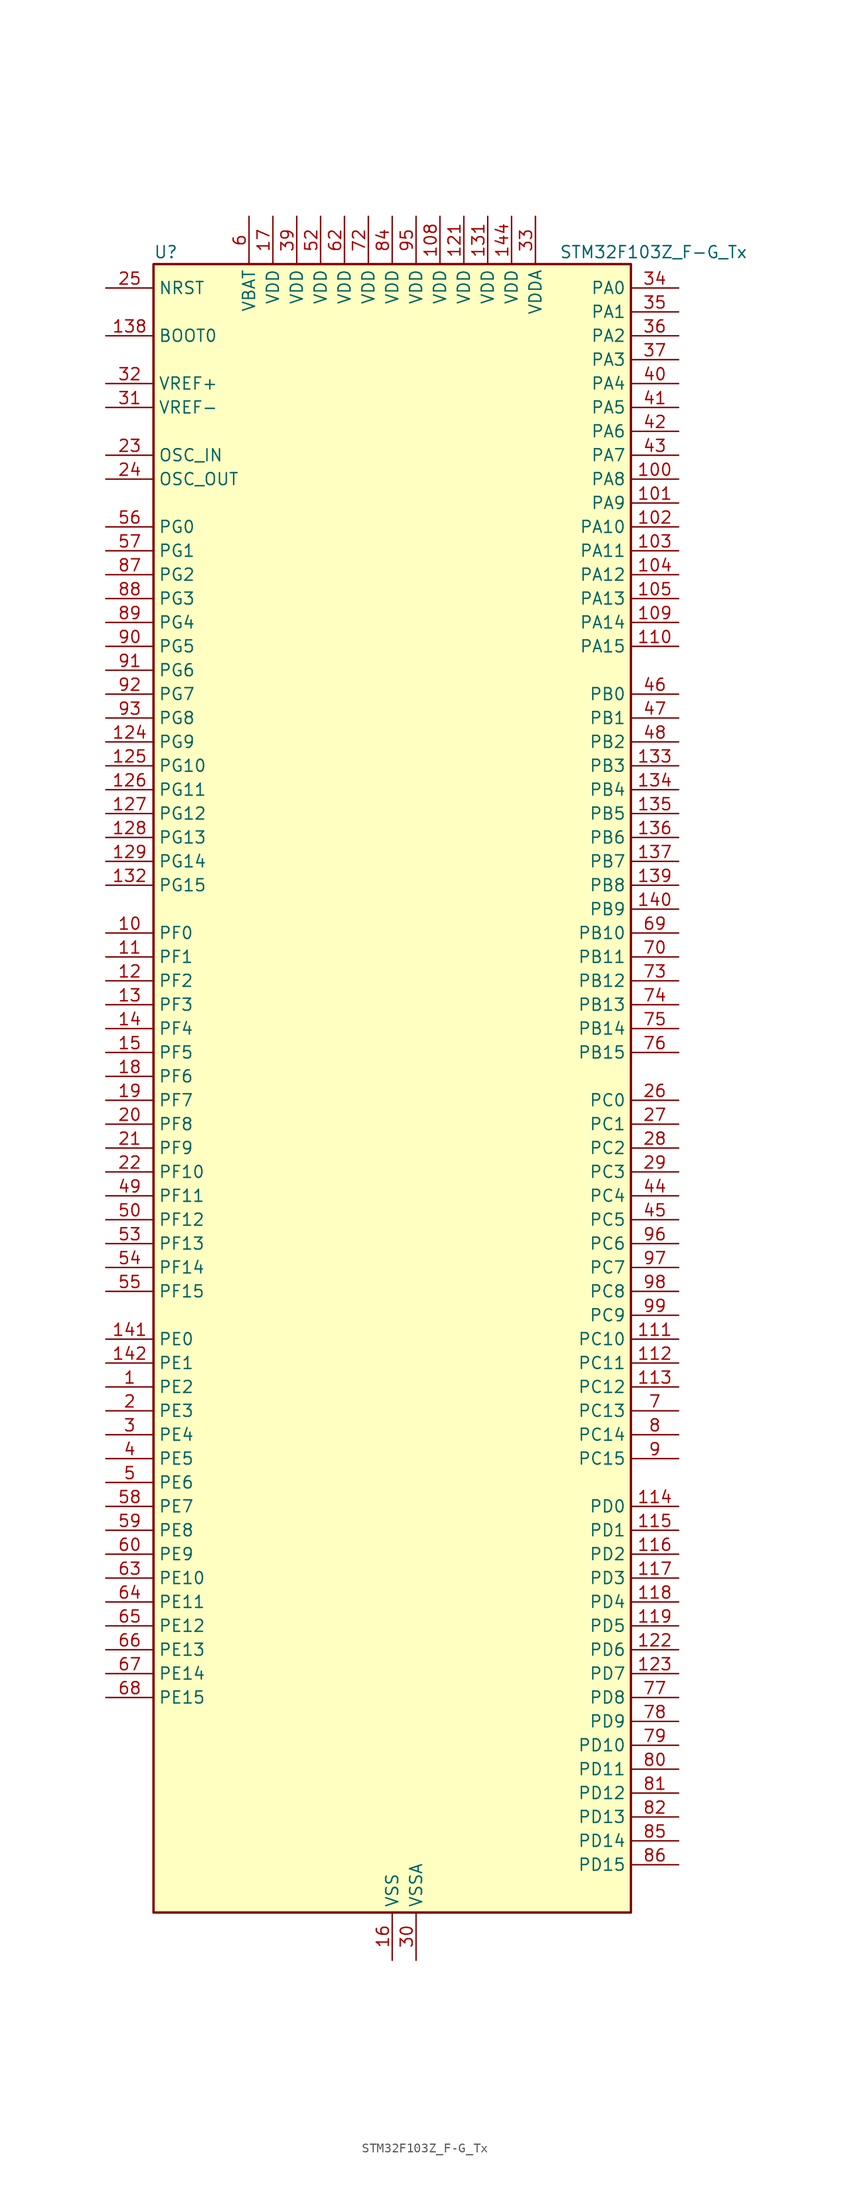
<source format=kicad_sym>
(kicad_symbol_lib
  (version 20220914)
  (generator kicad_symbol_editor)
  (symbol "STM32F103Z_F-G_Tx"
    (property "Reference" "U"
      (at -25.4 90.17 0)
      (effects (font (size 1.27 1.27)) (justify left)))
    (property "Value" "STM32F103Z_F-G_Tx"
      (at 17.78 90.17 0)
      (effects (font (size 1.27 1.27)) (justify left)))
    (property "ki_locked" ""
      (at 0 0 0)
      (effects (font (size 1.27 1.27))))
    (symbol "STM32F103Z_F-G_Tx_0_1"
      (rectangle (start -25.4 -86.36) (end 25.4 88.9) (stroke (width 0.254) (type default)) (fill (type background))))
    (symbol "STM32F103Z_F-G_Tx_1_1"
      (pin bidirectional line (at -30.48 -30.48 0) (length 5.08) (name "PE2" (effects (font (size 1.27 1.27)))) (number "1" (effects (font (size 1.27 1.27)))) (alternate "FSMC_A23" bidirectional line) (alternate "SYS_TRACECLK" bidirectional line))
      (pin bidirectional line (at -30.48 17.78 0) (length 5.08) (name "PF0" (effects (font (size 1.27 1.27)))) (number "10" (effects (font (size 1.27 1.27)))) (alternate "FSMC_A0" bidirectional line))
      (pin bidirectional line (at 30.48 66.04 180) (length 5.08) (name "PA8" (effects (font (size 1.27 1.27)))) (number "100" (effects (font (size 1.27 1.27)))) (alternate "RCC_MCO" bidirectional line) (alternate "TIM1_CH1" bidirectional line) (alternate "USART1_CK" bidirectional line))
      (pin bidirectional line (at 30.48 63.5 180) (length 5.08) (name "PA9" (effects (font (size 1.27 1.27)))) (number "101" (effects (font (size 1.27 1.27)))) (alternate "DAC_EXTI9" bidirectional line) (alternate "TIM1_CH2" bidirectional line) (alternate "USART1_TX" bidirectional line))
      (pin bidirectional line (at 30.48 60.96 180) (length 5.08) (name "PA10" (effects (font (size 1.27 1.27)))) (number "102" (effects (font (size 1.27 1.27)))) (alternate "TIM1_CH3" bidirectional line) (alternate "USART1_RX" bidirectional line))
      (pin bidirectional line (at 30.48 58.42 180) (length 5.08) (name "PA11" (effects (font (size 1.27 1.27)))) (number "103" (effects (font (size 1.27 1.27)))) (alternate "ADC1_EXTI11" bidirectional line) (alternate "ADC2_EXTI11" bidirectional line) (alternate "CAN_RX" bidirectional line) (alternate "TIM1_CH4" bidirectional line) (alternate "USART1_CTS" bidirectional line) (alternate "USB_DM" bidirectional line))
      (pin bidirectional line (at 30.48 55.88 180) (length 5.08) (name "PA12" (effects (font (size 1.27 1.27)))) (number "104" (effects (font (size 1.27 1.27)))) (alternate "CAN_TX" bidirectional line) (alternate "TIM1_ETR" bidirectional line) (alternate "USART1_RTS" bidirectional line) (alternate "USB_DP" bidirectional line))
      (pin bidirectional line (at 30.48 53.34 180) (length 5.08) (name "PA13" (effects (font (size 1.27 1.27)))) (number "105" (effects (font (size 1.27 1.27)))) (alternate "SYS_JTMS-SWDIO" bidirectional line))
      (pin no_connect line (at -25.4 -86.36 0) (length 5.08) hide (name "NC" (effects (font (size 1.27 1.27)))) (number "106" (effects (font (size 1.27 1.27)))))
      (pin passive line (at 0 -91.44 90) (length 5.08) hide (name "VSS" (effects (font (size 1.27 1.27)))) (number "107" (effects (font (size 1.27 1.27)))))
      (pin power_in line (at 5.08 93.98 270) (length 5.08) (name "VDD" (effects (font (size 1.27 1.27)))) (number "108" (effects (font (size 1.27 1.27)))))
      (pin bidirectional line (at 30.48 50.8 180) (length 5.08) (name "PA14" (effects (font (size 1.27 1.27)))) (number "109" (effects (font (size 1.27 1.27)))) (alternate "SYS_JTCK-SWCLK" bidirectional line))
      (pin bidirectional line (at -30.48 15.24 0) (length 5.08) (name "PF1" (effects (font (size 1.27 1.27)))) (number "11" (effects (font (size 1.27 1.27)))) (alternate "FSMC_A1" bidirectional line))
      (pin bidirectional line (at 30.48 48.26 180) (length 5.08) (name "PA15" (effects (font (size 1.27 1.27)))) (number "110" (effects (font (size 1.27 1.27)))) (alternate "ADC1_EXTI15" bidirectional line) (alternate "ADC2_EXTI15" bidirectional line) (alternate "I2S3_WS" bidirectional line) (alternate "SPI1_NSS" bidirectional line) (alternate "SPI3_NSS" bidirectional line) (alternate "SYS_JTDI" bidirectional line) (alternate "TIM2_CH1" bidirectional line) (alternate "TIM2_ETR" bidirectional line))
      (pin bidirectional line (at 30.48 -25.4 180) (length 5.08) (name "PC10" (effects (font (size 1.27 1.27)))) (number "111" (effects (font (size 1.27 1.27)))) (alternate "SDIO_D2" bidirectional line) (alternate "UART4_TX" bidirectional line) (alternate "USART3_TX" bidirectional line))
      (pin bidirectional line (at 30.48 -27.94 180) (length 5.08) (name "PC11" (effects (font (size 1.27 1.27)))) (number "112" (effects (font (size 1.27 1.27)))) (alternate "ADC1_EXTI11" bidirectional line) (alternate "ADC2_EXTI11" bidirectional line) (alternate "SDIO_D3" bidirectional line) (alternate "UART4_RX" bidirectional line) (alternate "USART3_RX" bidirectional line))
      (pin bidirectional line (at 30.48 -30.48 180) (length 5.08) (name "PC12" (effects (font (size 1.27 1.27)))) (number "113" (effects (font (size 1.27 1.27)))) (alternate "SDIO_CK" bidirectional line) (alternate "UART5_TX" bidirectional line) (alternate "USART3_CK" bidirectional line))
      (pin bidirectional line (at 30.48 -43.18 180) (length 5.08) (name "PD0" (effects (font (size 1.27 1.27)))) (number "114" (effects (font (size 1.27 1.27)))) (alternate "CAN_RX" bidirectional line) (alternate "FSMC_D2" bidirectional line) (alternate "FSMC_DA2" bidirectional line))
      (pin bidirectional line (at 30.48 -45.72 180) (length 5.08) (name "PD1" (effects (font (size 1.27 1.27)))) (number "115" (effects (font (size 1.27 1.27)))) (alternate "CAN_TX" bidirectional line) (alternate "FSMC_D3" bidirectional line) (alternate "FSMC_DA3" bidirectional line))
      (pin bidirectional line (at 30.48 -48.26 180) (length 5.08) (name "PD2" (effects (font (size 1.27 1.27)))) (number "116" (effects (font (size 1.27 1.27)))) (alternate "SDIO_CMD" bidirectional line) (alternate "TIM3_ETR" bidirectional line) (alternate "UART5_RX" bidirectional line))
      (pin bidirectional line (at 30.48 -50.8 180) (length 5.08) (name "PD3" (effects (font (size 1.27 1.27)))) (number "117" (effects (font (size 1.27 1.27)))) (alternate "FSMC_CLK" bidirectional line) (alternate "USART2_CTS" bidirectional line))
      (pin bidirectional line (at 30.48 -53.34 180) (length 5.08) (name "PD4" (effects (font (size 1.27 1.27)))) (number "118" (effects (font (size 1.27 1.27)))) (alternate "FSMC_NOE" bidirectional line) (alternate "USART2_RTS" bidirectional line))
      (pin bidirectional line (at 30.48 -55.88 180) (length 5.08) (name "PD5" (effects (font (size 1.27 1.27)))) (number "119" (effects (font (size 1.27 1.27)))) (alternate "FSMC_NWE" bidirectional line) (alternate "USART2_TX" bidirectional line))
      (pin bidirectional line (at -30.48 12.7 0) (length 5.08) (name "PF2" (effects (font (size 1.27 1.27)))) (number "12" (effects (font (size 1.27 1.27)))) (alternate "FSMC_A2" bidirectional line))
      (pin passive line (at 0 -91.44 90) (length 5.08) hide (name "VSS" (effects (font (size 1.27 1.27)))) (number "120" (effects (font (size 1.27 1.27)))))
      (pin power_in line (at 7.62 93.98 270) (length 5.08) (name "VDD" (effects (font (size 1.27 1.27)))) (number "121" (effects (font (size 1.27 1.27)))))
      (pin bidirectional line (at 30.48 -58.42 180) (length 5.08) (name "PD6" (effects (font (size 1.27 1.27)))) (number "122" (effects (font (size 1.27 1.27)))) (alternate "FSMC_NWAIT" bidirectional line) (alternate "USART2_RX" bidirectional line))
      (pin bidirectional line (at 30.48 -60.96 180) (length 5.08) (name "PD7" (effects (font (size 1.27 1.27)))) (number "123" (effects (font (size 1.27 1.27)))) (alternate "FSMC_NCE2" bidirectional line) (alternate "FSMC_NE1" bidirectional line) (alternate "USART2_CK" bidirectional line))
      (pin bidirectional line (at -30.48 38.1 0) (length 5.08) (name "PG9" (effects (font (size 1.27 1.27)))) (number "124" (effects (font (size 1.27 1.27)))) (alternate "DAC_EXTI9" bidirectional line) (alternate "FSMC_NCE3" bidirectional line) (alternate "FSMC_NE2" bidirectional line))
      (pin bidirectional line (at -30.48 35.56 0) (length 5.08) (name "PG10" (effects (font (size 1.27 1.27)))) (number "125" (effects (font (size 1.27 1.27)))) (alternate "FSMC_NCE4_1" bidirectional line) (alternate "FSMC_NE3" bidirectional line))
      (pin bidirectional line (at -30.48 33.02 0) (length 5.08) (name "PG11" (effects (font (size 1.27 1.27)))) (number "126" (effects (font (size 1.27 1.27)))) (alternate "ADC1_EXTI11" bidirectional line) (alternate "ADC2_EXTI11" bidirectional line) (alternate "FSMC_NCE4_2" bidirectional line))
      (pin bidirectional line (at -30.48 30.48 0) (length 5.08) (name "PG12" (effects (font (size 1.27 1.27)))) (number "127" (effects (font (size 1.27 1.27)))) (alternate "FSMC_NE4" bidirectional line))
      (pin bidirectional line (at -30.48 27.94 0) (length 5.08) (name "PG13" (effects (font (size 1.27 1.27)))) (number "128" (effects (font (size 1.27 1.27)))) (alternate "FSMC_A24" bidirectional line))
      (pin bidirectional line (at -30.48 25.4 0) (length 5.08) (name "PG14" (effects (font (size 1.27 1.27)))) (number "129" (effects (font (size 1.27 1.27)))) (alternate "FSMC_A25" bidirectional line))
      (pin bidirectional line (at -30.48 10.16 0) (length 5.08) (name "PF3" (effects (font (size 1.27 1.27)))) (number "13" (effects (font (size 1.27 1.27)))) (alternate "FSMC_A3" bidirectional line))
      (pin passive line (at 0 -91.44 90) (length 5.08) hide (name "VSS" (effects (font (size 1.27 1.27)))) (number "130" (effects (font (size 1.27 1.27)))))
      (pin power_in line (at 10.16 93.98 270) (length 5.08) (name "VDD" (effects (font (size 1.27 1.27)))) (number "131" (effects (font (size 1.27 1.27)))))
      (pin bidirectional line (at -30.48 22.86 0) (length 5.08) (name "PG15" (effects (font (size 1.27 1.27)))) (number "132" (effects (font (size 1.27 1.27)))) (alternate "ADC1_EXTI15" bidirectional line) (alternate "ADC2_EXTI15" bidirectional line))
      (pin bidirectional line (at 30.48 35.56 180) (length 5.08) (name "PB3" (effects (font (size 1.27 1.27)))) (number "133" (effects (font (size 1.27 1.27)))) (alternate "I2S3_CK" bidirectional line) (alternate "SPI1_SCK" bidirectional line) (alternate "SPI3_SCK" bidirectional line) (alternate "SYS_JTDO-TRACESWO" bidirectional line) (alternate "TIM2_CH2" bidirectional line))
      (pin bidirectional line (at 30.48 33.02 180) (length 5.08) (name "PB4" (effects (font (size 1.27 1.27)))) (number "134" (effects (font (size 1.27 1.27)))) (alternate "SPI1_MISO" bidirectional line) (alternate "SPI3_MISO" bidirectional line) (alternate "SYS_NJTRST" bidirectional line) (alternate "TIM3_CH1" bidirectional line))
      (pin bidirectional line (at 30.48 30.48 180) (length 5.08) (name "PB5" (effects (font (size 1.27 1.27)))) (number "135" (effects (font (size 1.27 1.27)))) (alternate "I2C1_SMBA" bidirectional line) (alternate "I2S3_SD" bidirectional line) (alternate "SPI1_MOSI" bidirectional line) (alternate "SPI3_MOSI" bidirectional line) (alternate "TIM3_CH2" bidirectional line))
      (pin bidirectional line (at 30.48 27.94 180) (length 5.08) (name "PB6" (effects (font (size 1.27 1.27)))) (number "136" (effects (font (size 1.27 1.27)))) (alternate "I2C1_SCL" bidirectional line) (alternate "TIM4_CH1" bidirectional line) (alternate "USART1_TX" bidirectional line))
      (pin bidirectional line (at 30.48 25.4 180) (length 5.08) (name "PB7" (effects (font (size 1.27 1.27)))) (number "137" (effects (font (size 1.27 1.27)))) (alternate "FSMC_NL" bidirectional line) (alternate "I2C1_SDA" bidirectional line) (alternate "TIM4_CH2" bidirectional line) (alternate "USART1_RX" bidirectional line))
      (pin input line (at -30.48 81.28 0) (length 5.08) (name "BOOT0" (effects (font (size 1.27 1.27)))) (number "138" (effects (font (size 1.27 1.27)))))
      (pin bidirectional line (at 30.48 22.86 180) (length 5.08) (name "PB8" (effects (font (size 1.27 1.27)))) (number "139" (effects (font (size 1.27 1.27)))) (alternate "CAN_RX" bidirectional line) (alternate "I2C1_SCL" bidirectional line) (alternate "SDIO_D4" bidirectional line) (alternate "TIM10_CH1" bidirectional line) (alternate "TIM4_CH3" bidirectional line))
      (pin bidirectional line (at -30.48 7.62 0) (length 5.08) (name "PF4" (effects (font (size 1.27 1.27)))) (number "14" (effects (font (size 1.27 1.27)))) (alternate "FSMC_A4" bidirectional line))
      (pin bidirectional line (at 30.48 20.32 180) (length 5.08) (name "PB9" (effects (font (size 1.27 1.27)))) (number "140" (effects (font (size 1.27 1.27)))) (alternate "CAN_TX" bidirectional line) (alternate "DAC_EXTI9" bidirectional line) (alternate "I2C1_SDA" bidirectional line) (alternate "SDIO_D5" bidirectional line) (alternate "TIM11_CH1" bidirectional line) (alternate "TIM4_CH4" bidirectional line))
      (pin bidirectional line (at -30.48 -25.4 0) (length 5.08) (name "PE0" (effects (font (size 1.27 1.27)))) (number "141" (effects (font (size 1.27 1.27)))) (alternate "FSMC_NBL0" bidirectional line) (alternate "TIM4_ETR" bidirectional line))
      (pin bidirectional line (at -30.48 -27.94 0) (length 5.08) (name "PE1" (effects (font (size 1.27 1.27)))) (number "142" (effects (font (size 1.27 1.27)))) (alternate "FSMC_NBL1" bidirectional line))
      (pin passive line (at 0 -91.44 90) (length 5.08) hide (name "VSS" (effects (font (size 1.27 1.27)))) (number "143" (effects (font (size 1.27 1.27)))))
      (pin power_in line (at 12.7 93.98 270) (length 5.08) (name "VDD" (effects (font (size 1.27 1.27)))) (number "144" (effects (font (size 1.27 1.27)))))
      (pin bidirectional line (at -30.48 5.08 0) (length 5.08) (name "PF5" (effects (font (size 1.27 1.27)))) (number "15" (effects (font (size 1.27 1.27)))) (alternate "FSMC_A5" bidirectional line))
      (pin power_in line (at 0 -91.44 90) (length 5.08) (name "VSS" (effects (font (size 1.27 1.27)))) (number "16" (effects (font (size 1.27 1.27)))))
      (pin power_in line (at -12.7 93.98 270) (length 5.08) (name "VDD" (effects (font (size 1.27 1.27)))) (number "17" (effects (font (size 1.27 1.27)))))
      (pin bidirectional line (at -30.48 2.54 0) (length 5.08) (name "PF6" (effects (font (size 1.27 1.27)))) (number "18" (effects (font (size 1.27 1.27)))) (alternate "ADC3_IN4" bidirectional line) (alternate "FSMC_NIORD" bidirectional line) (alternate "TIM10_CH1" bidirectional line))
      (pin bidirectional line (at -30.48 0 0) (length 5.08) (name "PF7" (effects (font (size 1.27 1.27)))) (number "19" (effects (font (size 1.27 1.27)))) (alternate "ADC3_IN5" bidirectional line) (alternate "FSMC_NREG" bidirectional line) (alternate "TIM11_CH1" bidirectional line))
      (pin bidirectional line (at -30.48 -33.02 0) (length 5.08) (name "PE3" (effects (font (size 1.27 1.27)))) (number "2" (effects (font (size 1.27 1.27)))) (alternate "FSMC_A19" bidirectional line) (alternate "SYS_TRACED0" bidirectional line))
      (pin bidirectional line (at -30.48 -2.54 0) (length 5.08) (name "PF8" (effects (font (size 1.27 1.27)))) (number "20" (effects (font (size 1.27 1.27)))) (alternate "ADC3_IN6" bidirectional line) (alternate "FSMC_NIOWR" bidirectional line) (alternate "TIM13_CH1" bidirectional line))
      (pin bidirectional line (at -30.48 -5.08 0) (length 5.08) (name "PF9" (effects (font (size 1.27 1.27)))) (number "21" (effects (font (size 1.27 1.27)))) (alternate "ADC3_IN7" bidirectional line) (alternate "DAC_EXTI9" bidirectional line) (alternate "FSMC_CD" bidirectional line) (alternate "TIM14_CH1" bidirectional line))
      (pin bidirectional line (at -30.48 -7.62 0) (length 5.08) (name "PF10" (effects (font (size 1.27 1.27)))) (number "22" (effects (font (size 1.27 1.27)))) (alternate "ADC3_IN8" bidirectional line) (alternate "FSMC_INTR" bidirectional line))
      (pin input line (at -30.48 68.58 0) (length 5.08) (name "OSC_IN" (effects (font (size 1.27 1.27)))) (number "23" (effects (font (size 1.27 1.27)))) (alternate "RCC_OSC_IN" bidirectional line))
      (pin input line (at -30.48 66.04 0) (length 5.08) (name "OSC_OUT" (effects (font (size 1.27 1.27)))) (number "24" (effects (font (size 1.27 1.27)))) (alternate "RCC_OSC_OUT" bidirectional line))
      (pin input line (at -30.48 86.36 0) (length 5.08) (name "NRST" (effects (font (size 1.27 1.27)))) (number "25" (effects (font (size 1.27 1.27)))))
      (pin bidirectional line (at 30.48 0 180) (length 5.08) (name "PC0" (effects (font (size 1.27 1.27)))) (number "26" (effects (font (size 1.27 1.27)))) (alternate "ADC1_IN10" bidirectional line) (alternate "ADC2_IN10" bidirectional line) (alternate "ADC3_IN10" bidirectional line))
      (pin bidirectional line (at 30.48 -2.54 180) (length 5.08) (name "PC1" (effects (font (size 1.27 1.27)))) (number "27" (effects (font (size 1.27 1.27)))) (alternate "ADC1_IN11" bidirectional line) (alternate "ADC2_IN11" bidirectional line) (alternate "ADC3_IN11" bidirectional line))
      (pin bidirectional line (at 30.48 -5.08 180) (length 5.08) (name "PC2" (effects (font (size 1.27 1.27)))) (number "28" (effects (font (size 1.27 1.27)))) (alternate "ADC1_IN12" bidirectional line) (alternate "ADC2_IN12" bidirectional line) (alternate "ADC3_IN12" bidirectional line))
      (pin bidirectional line (at 30.48 -7.62 180) (length 5.08) (name "PC3" (effects (font (size 1.27 1.27)))) (number "29" (effects (font (size 1.27 1.27)))) (alternate "ADC1_IN13" bidirectional line) (alternate "ADC2_IN13" bidirectional line) (alternate "ADC3_IN13" bidirectional line))
      (pin bidirectional line (at -30.48 -35.56 0) (length 5.08) (name "PE4" (effects (font (size 1.27 1.27)))) (number "3" (effects (font (size 1.27 1.27)))) (alternate "FSMC_A20" bidirectional line) (alternate "SYS_TRACED1" bidirectional line))
      (pin power_in line (at 2.54 -91.44 90) (length 5.08) (name "VSSA" (effects (font (size 1.27 1.27)))) (number "30" (effects (font (size 1.27 1.27)))))
      (pin input line (at -30.48 73.66 0) (length 5.08) (name "VREF-" (effects (font (size 1.27 1.27)))) (number "31" (effects (font (size 1.27 1.27)))))
      (pin input line (at -30.48 76.2 0) (length 5.08) (name "VREF+" (effects (font (size 1.27 1.27)))) (number "32" (effects (font (size 1.27 1.27)))))
      (pin power_in line (at 15.24 93.98 270) (length 5.08) (name "VDDA" (effects (font (size 1.27 1.27)))) (number "33" (effects (font (size 1.27 1.27)))))
      (pin bidirectional line (at 30.48 86.36 180) (length 5.08) (name "PA0" (effects (font (size 1.27 1.27)))) (number "34" (effects (font (size 1.27 1.27)))) (alternate "ADC1_IN0" bidirectional line) (alternate "ADC2_IN0" bidirectional line) (alternate "ADC3_IN0" bidirectional line) (alternate "SYS_WKUP" bidirectional line) (alternate "TIM2_CH1" bidirectional line) (alternate "TIM2_ETR" bidirectional line) (alternate "TIM5_CH1" bidirectional line) (alternate "TIM8_ETR" bidirectional line) (alternate "USART2_CTS" bidirectional line))
      (pin bidirectional line (at 30.48 83.82 180) (length 5.08) (name "PA1" (effects (font (size 1.27 1.27)))) (number "35" (effects (font (size 1.27 1.27)))) (alternate "ADC1_IN1" bidirectional line) (alternate "ADC2_IN1" bidirectional line) (alternate "ADC3_IN1" bidirectional line) (alternate "TIM2_CH2" bidirectional line) (alternate "TIM5_CH2" bidirectional line) (alternate "USART2_RTS" bidirectional line))
      (pin bidirectional line (at 30.48 81.28 180) (length 5.08) (name "PA2" (effects (font (size 1.27 1.27)))) (number "36" (effects (font (size 1.27 1.27)))) (alternate "ADC1_IN2" bidirectional line) (alternate "ADC2_IN2" bidirectional line) (alternate "ADC3_IN2" bidirectional line) (alternate "TIM2_CH3" bidirectional line) (alternate "TIM5_CH3" bidirectional line) (alternate "TIM9_CH1" bidirectional line) (alternate "USART2_TX" bidirectional line))
      (pin bidirectional line (at 30.48 78.74 180) (length 5.08) (name "PA3" (effects (font (size 1.27 1.27)))) (number "37" (effects (font (size 1.27 1.27)))) (alternate "ADC1_IN3" bidirectional line) (alternate "ADC2_IN3" bidirectional line) (alternate "ADC3_IN3" bidirectional line) (alternate "TIM2_CH4" bidirectional line) (alternate "TIM5_CH4" bidirectional line) (alternate "TIM9_CH2" bidirectional line) (alternate "USART2_RX" bidirectional line))
      (pin passive line (at 0 -91.44 90) (length 5.08) hide (name "VSS" (effects (font (size 1.27 1.27)))) (number "38" (effects (font (size 1.27 1.27)))))
      (pin power_in line (at -10.16 93.98 270) (length 5.08) (name "VDD" (effects (font (size 1.27 1.27)))) (number "39" (effects (font (size 1.27 1.27)))))
      (pin bidirectional line (at -30.48 -38.1 0) (length 5.08) (name "PE5" (effects (font (size 1.27 1.27)))) (number "4" (effects (font (size 1.27 1.27)))) (alternate "FSMC_A21" bidirectional line) (alternate "SYS_TRACED2" bidirectional line) (alternate "TIM9_CH1" bidirectional line))
      (pin bidirectional line (at 30.48 76.2 180) (length 5.08) (name "PA4" (effects (font (size 1.27 1.27)))) (number "40" (effects (font (size 1.27 1.27)))) (alternate "ADC1_IN4" bidirectional line) (alternate "ADC2_IN4" bidirectional line) (alternate "DAC_OUT1" bidirectional line) (alternate "SPI1_NSS" bidirectional line) (alternate "USART2_CK" bidirectional line))
      (pin bidirectional line (at 30.48 73.66 180) (length 5.08) (name "PA5" (effects (font (size 1.27 1.27)))) (number "41" (effects (font (size 1.27 1.27)))) (alternate "ADC1_IN5" bidirectional line) (alternate "ADC2_IN5" bidirectional line) (alternate "DAC_OUT2" bidirectional line) (alternate "SPI1_SCK" bidirectional line))
      (pin bidirectional line (at 30.48 71.12 180) (length 5.08) (name "PA6" (effects (font (size 1.27 1.27)))) (number "42" (effects (font (size 1.27 1.27)))) (alternate "ADC1_IN6" bidirectional line) (alternate "ADC2_IN6" bidirectional line) (alternate "SPI1_MISO" bidirectional line) (alternate "TIM13_CH1" bidirectional line) (alternate "TIM1_BKIN" bidirectional line) (alternate "TIM3_CH1" bidirectional line) (alternate "TIM8_BKIN" bidirectional line))
      (pin bidirectional line (at 30.48 68.58 180) (length 5.08) (name "PA7" (effects (font (size 1.27 1.27)))) (number "43" (effects (font (size 1.27 1.27)))) (alternate "ADC1_IN7" bidirectional line) (alternate "ADC2_IN7" bidirectional line) (alternate "SPI1_MOSI" bidirectional line) (alternate "TIM14_CH1" bidirectional line) (alternate "TIM1_CH1N" bidirectional line) (alternate "TIM3_CH2" bidirectional line) (alternate "TIM8_CH1N" bidirectional line))
      (pin bidirectional line (at 30.48 -10.16 180) (length 5.08) (name "PC4" (effects (font (size 1.27 1.27)))) (number "44" (effects (font (size 1.27 1.27)))) (alternate "ADC1_IN14" bidirectional line) (alternate "ADC2_IN14" bidirectional line))
      (pin bidirectional line (at 30.48 -12.7 180) (length 5.08) (name "PC5" (effects (font (size 1.27 1.27)))) (number "45" (effects (font (size 1.27 1.27)))) (alternate "ADC1_IN15" bidirectional line) (alternate "ADC2_IN15" bidirectional line))
      (pin bidirectional line (at 30.48 43.18 180) (length 5.08) (name "PB0" (effects (font (size 1.27 1.27)))) (number "46" (effects (font (size 1.27 1.27)))) (alternate "ADC1_IN8" bidirectional line) (alternate "ADC2_IN8" bidirectional line) (alternate "TIM1_CH2N" bidirectional line) (alternate "TIM3_CH3" bidirectional line) (alternate "TIM8_CH2N" bidirectional line))
      (pin bidirectional line (at 30.48 40.64 180) (length 5.08) (name "PB1" (effects (font (size 1.27 1.27)))) (number "47" (effects (font (size 1.27 1.27)))) (alternate "ADC1_IN9" bidirectional line) (alternate "ADC2_IN9" bidirectional line) (alternate "TIM1_CH3N" bidirectional line) (alternate "TIM3_CH4" bidirectional line) (alternate "TIM8_CH3N" bidirectional line))
      (pin bidirectional line (at 30.48 38.1 180) (length 5.08) (name "PB2" (effects (font (size 1.27 1.27)))) (number "48" (effects (font (size 1.27 1.27)))))
      (pin bidirectional line (at -30.48 -10.16 0) (length 5.08) (name "PF11" (effects (font (size 1.27 1.27)))) (number "49" (effects (font (size 1.27 1.27)))) (alternate "ADC1_EXTI11" bidirectional line) (alternate "ADC2_EXTI11" bidirectional line) (alternate "FSMC_NIOS16" bidirectional line))
      (pin bidirectional line (at -30.48 -40.64 0) (length 5.08) (name "PE6" (effects (font (size 1.27 1.27)))) (number "5" (effects (font (size 1.27 1.27)))) (alternate "FSMC_A22" bidirectional line) (alternate "SYS_TRACED3" bidirectional line) (alternate "TIM9_CH2" bidirectional line))
      (pin bidirectional line (at -30.48 -12.7 0) (length 5.08) (name "PF12" (effects (font (size 1.27 1.27)))) (number "50" (effects (font (size 1.27 1.27)))) (alternate "FSMC_A6" bidirectional line))
      (pin passive line (at 0 -91.44 90) (length 5.08) hide (name "VSS" (effects (font (size 1.27 1.27)))) (number "51" (effects (font (size 1.27 1.27)))))
      (pin power_in line (at -7.62 93.98 270) (length 5.08) (name "VDD" (effects (font (size 1.27 1.27)))) (number "52" (effects (font (size 1.27 1.27)))))
      (pin bidirectional line (at -30.48 -15.24 0) (length 5.08) (name "PF13" (effects (font (size 1.27 1.27)))) (number "53" (effects (font (size 1.27 1.27)))) (alternate "FSMC_A7" bidirectional line))
      (pin bidirectional line (at -30.48 -17.78 0) (length 5.08) (name "PF14" (effects (font (size 1.27 1.27)))) (number "54" (effects (font (size 1.27 1.27)))) (alternate "FSMC_A8" bidirectional line))
      (pin bidirectional line (at -30.48 -20.32 0) (length 5.08) (name "PF15" (effects (font (size 1.27 1.27)))) (number "55" (effects (font (size 1.27 1.27)))) (alternate "ADC1_EXTI15" bidirectional line) (alternate "ADC2_EXTI15" bidirectional line) (alternate "FSMC_A9" bidirectional line))
      (pin bidirectional line (at -30.48 60.96 0) (length 5.08) (name "PG0" (effects (font (size 1.27 1.27)))) (number "56" (effects (font (size 1.27 1.27)))) (alternate "FSMC_A10" bidirectional line))
      (pin bidirectional line (at -30.48 58.42 0) (length 5.08) (name "PG1" (effects (font (size 1.27 1.27)))) (number "57" (effects (font (size 1.27 1.27)))) (alternate "FSMC_A11" bidirectional line))
      (pin bidirectional line (at -30.48 -43.18 0) (length 5.08) (name "PE7" (effects (font (size 1.27 1.27)))) (number "58" (effects (font (size 1.27 1.27)))) (alternate "FSMC_D4" bidirectional line) (alternate "FSMC_DA4" bidirectional line) (alternate "TIM1_ETR" bidirectional line))
      (pin bidirectional line (at -30.48 -45.72 0) (length 5.08) (name "PE8" (effects (font (size 1.27 1.27)))) (number "59" (effects (font (size 1.27 1.27)))) (alternate "FSMC_D5" bidirectional line) (alternate "FSMC_DA5" bidirectional line) (alternate "TIM1_CH1N" bidirectional line))
      (pin power_in line (at -15.24 93.98 270) (length 5.08) (name "VBAT" (effects (font (size 1.27 1.27)))) (number "6" (effects (font (size 1.27 1.27)))))
      (pin bidirectional line (at -30.48 -48.26 0) (length 5.08) (name "PE9" (effects (font (size 1.27 1.27)))) (number "60" (effects (font (size 1.27 1.27)))) (alternate "DAC_EXTI9" bidirectional line) (alternate "FSMC_D6" bidirectional line) (alternate "FSMC_DA6" bidirectional line) (alternate "TIM1_CH1" bidirectional line))
      (pin passive line (at 0 -91.44 90) (length 5.08) hide (name "VSS" (effects (font (size 1.27 1.27)))) (number "61" (effects (font (size 1.27 1.27)))))
      (pin power_in line (at -5.08 93.98 270) (length 5.08) (name "VDD" (effects (font (size 1.27 1.27)))) (number "62" (effects (font (size 1.27 1.27)))))
      (pin bidirectional line (at -30.48 -50.8 0) (length 5.08) (name "PE10" (effects (font (size 1.27 1.27)))) (number "63" (effects (font (size 1.27 1.27)))) (alternate "FSMC_D7" bidirectional line) (alternate "FSMC_DA7" bidirectional line) (alternate "TIM1_CH2N" bidirectional line))
      (pin bidirectional line (at -30.48 -53.34 0) (length 5.08) (name "PE11" (effects (font (size 1.27 1.27)))) (number "64" (effects (font (size 1.27 1.27)))) (alternate "ADC1_EXTI11" bidirectional line) (alternate "ADC2_EXTI11" bidirectional line) (alternate "FSMC_D8" bidirectional line) (alternate "FSMC_DA8" bidirectional line) (alternate "TIM1_CH2" bidirectional line))
      (pin bidirectional line (at -30.48 -55.88 0) (length 5.08) (name "PE12" (effects (font (size 1.27 1.27)))) (number "65" (effects (font (size 1.27 1.27)))) (alternate "FSMC_D9" bidirectional line) (alternate "FSMC_DA9" bidirectional line) (alternate "TIM1_CH3N" bidirectional line))
      (pin bidirectional line (at -30.48 -58.42 0) (length 5.08) (name "PE13" (effects (font (size 1.27 1.27)))) (number "66" (effects (font (size 1.27 1.27)))) (alternate "FSMC_D10" bidirectional line) (alternate "FSMC_DA10" bidirectional line) (alternate "TIM1_CH3" bidirectional line))
      (pin bidirectional line (at -30.48 -60.96 0) (length 5.08) (name "PE14" (effects (font (size 1.27 1.27)))) (number "67" (effects (font (size 1.27 1.27)))) (alternate "FSMC_D11" bidirectional line) (alternate "FSMC_DA11" bidirectional line) (alternate "TIM1_CH4" bidirectional line))
      (pin bidirectional line (at -30.48 -63.5 0) (length 5.08) (name "PE15" (effects (font (size 1.27 1.27)))) (number "68" (effects (font (size 1.27 1.27)))) (alternate "ADC1_EXTI15" bidirectional line) (alternate "ADC2_EXTI15" bidirectional line) (alternate "FSMC_D12" bidirectional line) (alternate "FSMC_DA12" bidirectional line) (alternate "TIM1_BKIN" bidirectional line))
      (pin bidirectional line (at 30.48 17.78 180) (length 5.08) (name "PB10" (effects (font (size 1.27 1.27)))) (number "69" (effects (font (size 1.27 1.27)))) (alternate "I2C2_SCL" bidirectional line) (alternate "TIM2_CH3" bidirectional line) (alternate "USART3_TX" bidirectional line))
      (pin bidirectional line (at 30.48 -33.02 180) (length 5.08) (name "PC13" (effects (font (size 1.27 1.27)))) (number "7" (effects (font (size 1.27 1.27)))) (alternate "RTC_OUT" bidirectional line) (alternate "RTC_TAMPER" bidirectional line))
      (pin bidirectional line (at 30.48 15.24 180) (length 5.08) (name "PB11" (effects (font (size 1.27 1.27)))) (number "70" (effects (font (size 1.27 1.27)))) (alternate "ADC1_EXTI11" bidirectional line) (alternate "ADC2_EXTI11" bidirectional line) (alternate "I2C2_SDA" bidirectional line) (alternate "TIM2_CH4" bidirectional line) (alternate "USART3_RX" bidirectional line))
      (pin passive line (at 0 -91.44 90) (length 5.08) hide (name "VSS" (effects (font (size 1.27 1.27)))) (number "71" (effects (font (size 1.27 1.27)))))
      (pin power_in line (at -2.54 93.98 270) (length 5.08) (name "VDD" (effects (font (size 1.27 1.27)))) (number "72" (effects (font (size 1.27 1.27)))))
      (pin bidirectional line (at 30.48 12.7 180) (length 5.08) (name "PB12" (effects (font (size 1.27 1.27)))) (number "73" (effects (font (size 1.27 1.27)))) (alternate "I2C2_SMBA" bidirectional line) (alternate "I2S2_WS" bidirectional line) (alternate "SPI2_NSS" bidirectional line) (alternate "TIM1_BKIN" bidirectional line) (alternate "USART3_CK" bidirectional line))
      (pin bidirectional line (at 30.48 10.16 180) (length 5.08) (name "PB13" (effects (font (size 1.27 1.27)))) (number "74" (effects (font (size 1.27 1.27)))) (alternate "I2S2_CK" bidirectional line) (alternate "SPI2_SCK" bidirectional line) (alternate "TIM1_CH1N" bidirectional line) (alternate "USART3_CTS" bidirectional line))
      (pin bidirectional line (at 30.48 7.62 180) (length 5.08) (name "PB14" (effects (font (size 1.27 1.27)))) (number "75" (effects (font (size 1.27 1.27)))) (alternate "SPI2_MISO" bidirectional line) (alternate "TIM12_CH1" bidirectional line) (alternate "TIM1_CH2N" bidirectional line) (alternate "USART3_RTS" bidirectional line))
      (pin bidirectional line (at 30.48 5.08 180) (length 5.08) (name "PB15" (effects (font (size 1.27 1.27)))) (number "76" (effects (font (size 1.27 1.27)))) (alternate "ADC1_EXTI15" bidirectional line) (alternate "ADC2_EXTI15" bidirectional line) (alternate "I2S2_SD" bidirectional line) (alternate "SPI2_MOSI" bidirectional line) (alternate "TIM12_CH2" bidirectional line) (alternate "TIM1_CH3N" bidirectional line))
      (pin bidirectional line (at 30.48 -63.5 180) (length 5.08) (name "PD8" (effects (font (size 1.27 1.27)))) (number "77" (effects (font (size 1.27 1.27)))) (alternate "FSMC_D13" bidirectional line) (alternate "FSMC_DA13" bidirectional line) (alternate "USART3_TX" bidirectional line))
      (pin bidirectional line (at 30.48 -66.04 180) (length 5.08) (name "PD9" (effects (font (size 1.27 1.27)))) (number "78" (effects (font (size 1.27 1.27)))) (alternate "DAC_EXTI9" bidirectional line) (alternate "FSMC_D14" bidirectional line) (alternate "FSMC_DA14" bidirectional line) (alternate "USART3_RX" bidirectional line))
      (pin bidirectional line (at 30.48 -68.58 180) (length 5.08) (name "PD10" (effects (font (size 1.27 1.27)))) (number "79" (effects (font (size 1.27 1.27)))) (alternate "FSMC_D15" bidirectional line) (alternate "FSMC_DA15" bidirectional line) (alternate "USART3_CK" bidirectional line))
      (pin bidirectional line (at 30.48 -35.56 180) (length 5.08) (name "PC14" (effects (font (size 1.27 1.27)))) (number "8" (effects (font (size 1.27 1.27)))) (alternate "RCC_OSC32_IN" bidirectional line))
      (pin bidirectional line (at 30.48 -71.12 180) (length 5.08) (name "PD11" (effects (font (size 1.27 1.27)))) (number "80" (effects (font (size 1.27 1.27)))) (alternate "ADC1_EXTI11" bidirectional line) (alternate "ADC2_EXTI11" bidirectional line) (alternate "FSMC_A16" bidirectional line) (alternate "FSMC_CLE" bidirectional line) (alternate "USART3_CTS" bidirectional line))
      (pin bidirectional line (at 30.48 -73.66 180) (length 5.08) (name "PD12" (effects (font (size 1.27 1.27)))) (number "81" (effects (font (size 1.27 1.27)))) (alternate "FSMC_A17" bidirectional line) (alternate "FSMC_ALE" bidirectional line) (alternate "TIM4_CH1" bidirectional line) (alternate "USART3_RTS" bidirectional line))
      (pin bidirectional line (at 30.48 -76.2 180) (length 5.08) (name "PD13" (effects (font (size 1.27 1.27)))) (number "82" (effects (font (size 1.27 1.27)))) (alternate "FSMC_A18" bidirectional line) (alternate "TIM4_CH2" bidirectional line))
      (pin passive line (at 0 -91.44 90) (length 5.08) hide (name "VSS" (effects (font (size 1.27 1.27)))) (number "83" (effects (font (size 1.27 1.27)))))
      (pin power_in line (at 0 93.98 270) (length 5.08) (name "VDD" (effects (font (size 1.27 1.27)))) (number "84" (effects (font (size 1.27 1.27)))))
      (pin bidirectional line (at 30.48 -78.74 180) (length 5.08) (name "PD14" (effects (font (size 1.27 1.27)))) (number "85" (effects (font (size 1.27 1.27)))) (alternate "FSMC_D0" bidirectional line) (alternate "FSMC_DA0" bidirectional line) (alternate "TIM4_CH3" bidirectional line))
      (pin bidirectional line (at 30.48 -81.28 180) (length 5.08) (name "PD15" (effects (font (size 1.27 1.27)))) (number "86" (effects (font (size 1.27 1.27)))) (alternate "ADC1_EXTI15" bidirectional line) (alternate "ADC2_EXTI15" bidirectional line) (alternate "FSMC_D1" bidirectional line) (alternate "FSMC_DA1" bidirectional line) (alternate "TIM4_CH4" bidirectional line))
      (pin bidirectional line (at -30.48 55.88 0) (length 5.08) (name "PG2" (effects (font (size 1.27 1.27)))) (number "87" (effects (font (size 1.27 1.27)))) (alternate "FSMC_A12" bidirectional line))
      (pin bidirectional line (at -30.48 53.34 0) (length 5.08) (name "PG3" (effects (font (size 1.27 1.27)))) (number "88" (effects (font (size 1.27 1.27)))) (alternate "FSMC_A13" bidirectional line))
      (pin bidirectional line (at -30.48 50.8 0) (length 5.08) (name "PG4" (effects (font (size 1.27 1.27)))) (number "89" (effects (font (size 1.27 1.27)))) (alternate "FSMC_A14" bidirectional line))
      (pin bidirectional line (at 30.48 -38.1 180) (length 5.08) (name "PC15" (effects (font (size 1.27 1.27)))) (number "9" (effects (font (size 1.27 1.27)))) (alternate "ADC1_EXTI15" bidirectional line) (alternate "ADC2_EXTI15" bidirectional line) (alternate "RCC_OSC32_OUT" bidirectional line))
      (pin bidirectional line (at -30.48 48.26 0) (length 5.08) (name "PG5" (effects (font (size 1.27 1.27)))) (number "90" (effects (font (size 1.27 1.27)))) (alternate "FSMC_A15" bidirectional line))
      (pin bidirectional line (at -30.48 45.72 0) (length 5.08) (name "PG6" (effects (font (size 1.27 1.27)))) (number "91" (effects (font (size 1.27 1.27)))) (alternate "FSMC_INT2" bidirectional line))
      (pin bidirectional line (at -30.48 43.18 0) (length 5.08) (name "PG7" (effects (font (size 1.27 1.27)))) (number "92" (effects (font (size 1.27 1.27)))) (alternate "FSMC_INT3" bidirectional line))
      (pin bidirectional line (at -30.48 40.64 0) (length 5.08) (name "PG8" (effects (font (size 1.27 1.27)))) (number "93" (effects (font (size 1.27 1.27)))))
      (pin passive line (at 0 -91.44 90) (length 5.08) hide (name "VSS" (effects (font (size 1.27 1.27)))) (number "94" (effects (font (size 1.27 1.27)))))
      (pin power_in line (at 2.54 93.98 270) (length 5.08) (name "VDD" (effects (font (size 1.27 1.27)))) (number "95" (effects (font (size 1.27 1.27)))))
      (pin bidirectional line (at 30.48 -15.24 180) (length 5.08) (name "PC6" (effects (font (size 1.27 1.27)))) (number "96" (effects (font (size 1.27 1.27)))) (alternate "I2S2_MCK" bidirectional line) (alternate "SDIO_D6" bidirectional line) (alternate "TIM3_CH1" bidirectional line) (alternate "TIM8_CH1" bidirectional line))
      (pin bidirectional line (at 30.48 -17.78 180) (length 5.08) (name "PC7" (effects (font (size 1.27 1.27)))) (number "97" (effects (font (size 1.27 1.27)))) (alternate "I2S3_MCK" bidirectional line) (alternate "SDIO_D7" bidirectional line) (alternate "TIM3_CH2" bidirectional line) (alternate "TIM8_CH2" bidirectional line))
      (pin bidirectional line (at 30.48 -20.32 180) (length 5.08) (name "PC8" (effects (font (size 1.27 1.27)))) (number "98" (effects (font (size 1.27 1.27)))) (alternate "SDIO_D0" bidirectional line) (alternate "TIM3_CH3" bidirectional line) (alternate "TIM8_CH3" bidirectional line))
      (pin bidirectional line (at 30.48 -22.86 180) (length 5.08) (name "PC9" (effects (font (size 1.27 1.27)))) (number "99" (effects (font (size 1.27 1.27)))) (alternate "DAC_EXTI9" bidirectional line) (alternate "SDIO_D1" bidirectional line) (alternate "TIM3_CH4" bidirectional line) (alternate "TIM8_CH4" bidirectional line)))))
</source>
